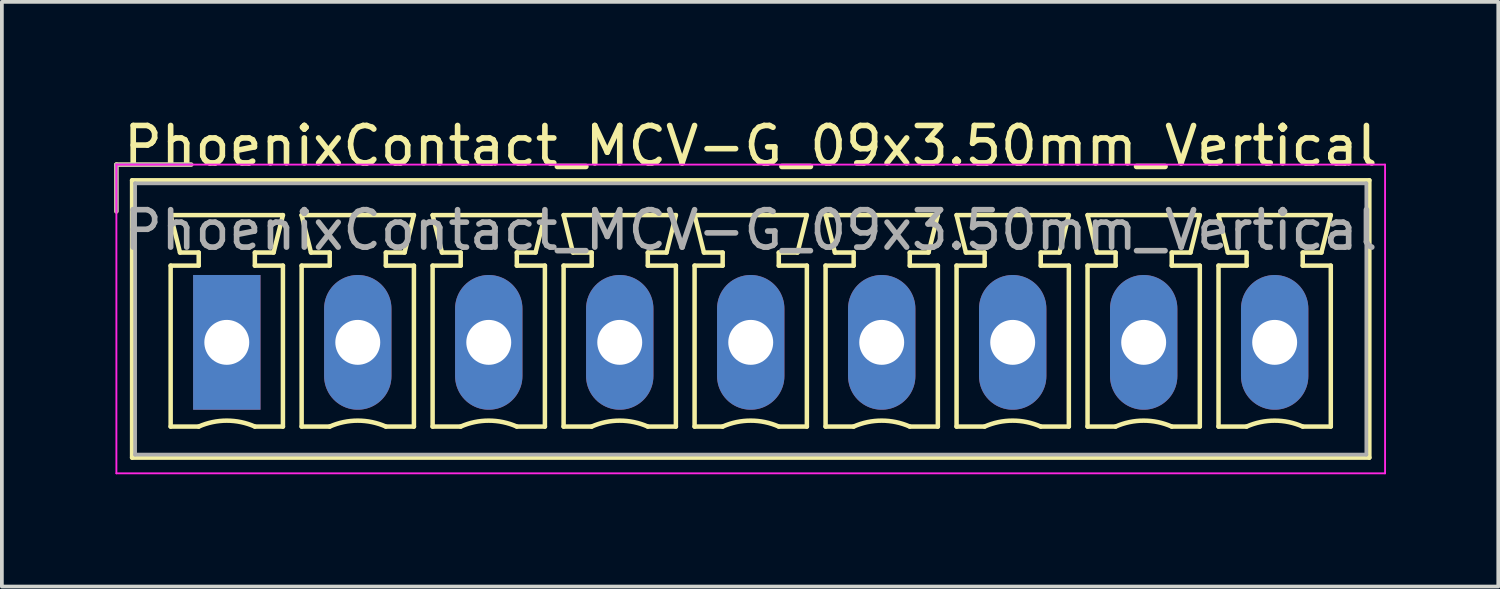
<source format=kicad_pcb>
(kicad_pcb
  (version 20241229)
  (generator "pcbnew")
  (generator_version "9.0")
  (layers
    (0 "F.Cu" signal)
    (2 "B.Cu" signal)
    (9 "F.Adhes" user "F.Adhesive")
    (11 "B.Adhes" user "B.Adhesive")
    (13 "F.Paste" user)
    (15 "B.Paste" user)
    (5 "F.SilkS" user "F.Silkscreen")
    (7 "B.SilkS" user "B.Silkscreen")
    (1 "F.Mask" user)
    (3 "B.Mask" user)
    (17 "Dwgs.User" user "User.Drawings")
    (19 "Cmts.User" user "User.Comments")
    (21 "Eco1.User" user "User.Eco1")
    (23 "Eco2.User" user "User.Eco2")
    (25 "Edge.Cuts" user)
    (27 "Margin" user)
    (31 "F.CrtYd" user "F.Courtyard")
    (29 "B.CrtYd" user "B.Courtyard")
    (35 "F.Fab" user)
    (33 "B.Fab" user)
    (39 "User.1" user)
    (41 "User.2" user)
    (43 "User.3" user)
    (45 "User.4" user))
  (footprint "PhoenixContact_MCV-G_09x3.50mm_Vertical"
    (layer "F.Cu")
    (at 3.01 6.098)
    (property "Reference" "PhoenixContact_MCV-G_09x3.50mm_Vertical" (at 14 -5.25 0) (layer "F.SilkS") (effects (font (size 1 1) (thickness 0.15))))
    (attr through_hole)
    (fp_line (start -2.95 -4.75) (end -0.95 -4.75) (stroke (width 0.12) (type solid)) (layer "F.SilkS"))
    (fp_line (start -2.95 -3.5) (end -2.95 -4.75) (stroke (width 0.12) (type solid)) (layer "F.SilkS"))
    (fp_line (start -2.53 -4.33) (end -2.53 3.08) (stroke (width 0.12) (type solid)) (layer "F.SilkS"))
    (fp_line (start -2.53 3.08) (end 30.53 3.08) (stroke (width 0.12) (type solid)) (layer "F.SilkS"))
    (fp_line (start -1.5 -3.4) (end 1.5 -3.4) (stroke (width 0.12) (type solid)) (layer "F.SilkS"))
    (fp_line (start -1.5 -2.05) (end -0.75 -2.05) (stroke (width 0.12) (type solid)) (layer "F.SilkS"))
    (fp_line (start -1.5 2.25) (end -1.5 -2.05) (stroke (width 0.12) (type solid)) (layer "F.SilkS"))
    (fp_line (start -1.25 -2.4) (end -1.5 -3.4) (stroke (width 0.12) (type solid)) (layer "F.SilkS"))
    (fp_line (start -0.75 -2.4) (end -1.25 -2.4) (stroke (width 0.12) (type solid)) (layer "F.SilkS"))
    (fp_line (start -0.75 -2.05) (end -0.75 -2.4) (stroke (width 0.12) (type solid)) (layer "F.SilkS"))
    (fp_line (start -0.75 2.25) (end -1.5 2.25) (stroke (width 0.12) (type solid)) (layer "F.SilkS"))
    (fp_line (start 0.75 -2.4) (end 0.75 -2.05) (stroke (width 0.12) (type solid)) (layer "F.SilkS"))
    (fp_line (start 0.75 -2.05) (end 1.5 -2.05) (stroke (width 0.12) (type solid)) (layer "F.SilkS"))
    (fp_line (start 1.25 -2.4) (end 0.75 -2.4) (stroke (width 0.12) (type solid)) (layer "F.SilkS"))
    (fp_line (start 1.5 -3.4) (end 1.25 -2.4) (stroke (width 0.12) (type solid)) (layer "F.SilkS"))
    (fp_line (start 1.5 -2.05) (end 1.5 2.25) (stroke (width 0.12) (type solid)) (layer "F.SilkS"))
    (fp_line (start 1.5 2.25) (end 0.75 2.25) (stroke (width 0.12) (type solid)) (layer "F.SilkS"))
    (fp_line (start 2 -3.4) (end 5 -3.4) (stroke (width 0.12) (type solid)) (layer "F.SilkS"))
    (fp_line (start 2 -2.05) (end 2.75 -2.05) (stroke (width 0.12) (type solid)) (layer "F.SilkS"))
    (fp_line (start 2 2.25) (end 2 -2.05) (stroke (width 0.12) (type solid)) (layer "F.SilkS"))
    (fp_line (start 2.25 -2.4) (end 2 -3.4) (stroke (width 0.12) (type solid)) (layer "F.SilkS"))
    (fp_line (start 2.75 -2.4) (end 2.25 -2.4) (stroke (width 0.12) (type solid)) (layer "F.SilkS"))
    (fp_line (start 2.75 -2.05) (end 2.75 -2.4) (stroke (width 0.12) (type solid)) (layer "F.SilkS"))
    (fp_line (start 2.75 2.25) (end 2 2.25) (stroke (width 0.12) (type solid)) (layer "F.SilkS"))
    (fp_line (start 4.25 -2.4) (end 4.25 -2.05) (stroke (width 0.12) (type solid)) (layer "F.SilkS"))
    (fp_line (start 4.25 -2.05) (end 5 -2.05) (stroke (width 0.12) (type solid)) (layer "F.SilkS"))
    (fp_line (start 4.75 -2.4) (end 4.25 -2.4) (stroke (width 0.12) (type solid)) (layer "F.SilkS"))
    (fp_line (start 5 -3.4) (end 4.75 -2.4) (stroke (width 0.12) (type solid)) (layer "F.SilkS"))
    (fp_line (start 5 -2.05) (end 5 2.25) (stroke (width 0.12) (type solid)) (layer "F.SilkS"))
    (fp_line (start 5 2.25) (end 4.25 2.25) (stroke (width 0.12) (type solid)) (layer "F.SilkS"))
    (fp_line (start 5.5 -3.4) (end 8.5 -3.4) (stroke (width 0.12) (type solid)) (layer "F.SilkS"))
    (fp_line (start 5.5 -2.05) (end 6.25 -2.05) (stroke (width 0.12) (type solid)) (layer "F.SilkS"))
    (fp_line (start 5.5 2.25) (end 5.5 -2.05) (stroke (width 0.12) (type solid)) (layer "F.SilkS"))
    (fp_line (start 5.75 -2.4) (end 5.5 -3.4) (stroke (width 0.12) (type solid)) (layer "F.SilkS"))
    (fp_line (start 6.25 -2.4) (end 5.75 -2.4) (stroke (width 0.12) (type solid)) (layer "F.SilkS"))
    (fp_line (start 6.25 -2.05) (end 6.25 -2.4) (stroke (width 0.12) (type solid)) (layer "F.SilkS"))
    (fp_line (start 6.25 2.25) (end 5.5 2.25) (stroke (width 0.12) (type solid)) (layer "F.SilkS"))
    (fp_line (start 7.75 -2.4) (end 7.75 -2.05) (stroke (width 0.12) (type solid)) (layer "F.SilkS"))
    (fp_line (start 7.75 -2.05) (end 8.5 -2.05) (stroke (width 0.12) (type solid)) (layer "F.SilkS"))
    (fp_line (start 8.25 -2.4) (end 7.75 -2.4) (stroke (width 0.12) (type solid)) (layer "F.SilkS"))
    (fp_line (start 8.5 -3.4) (end 8.25 -2.4) (stroke (width 0.12) (type solid)) (layer "F.SilkS"))
    (fp_line (start 8.5 -2.05) (end 8.5 2.25) (stroke (width 0.12) (type solid)) (layer "F.SilkS"))
    (fp_line (start 8.5 2.25) (end 7.75 2.25) (stroke (width 0.12) (type solid)) (layer "F.SilkS"))
    (fp_line (start 9 -3.4) (end 12 -3.4) (stroke (width 0.12) (type solid)) (layer "F.SilkS"))
    (fp_line (start 9 -2.05) (end 9.75 -2.05) (stroke (width 0.12) (type solid)) (layer "F.SilkS"))
    (fp_line (start 9 2.25) (end 9 -2.05) (stroke (width 0.12) (type solid)) (layer "F.SilkS"))
    (fp_line (start 9.25 -2.4) (end 9 -3.4) (stroke (width 0.12) (type solid)) (layer "F.SilkS"))
    (fp_line (start 9.75 -2.4) (end 9.25 -2.4) (stroke (width 0.12) (type solid)) (layer "F.SilkS"))
    (fp_line (start 9.75 -2.05) (end 9.75 -2.4) (stroke (width 0.12) (type solid)) (layer "F.SilkS"))
    (fp_line (start 9.75 2.25) (end 9 2.25) (stroke (width 0.12) (type solid)) (layer "F.SilkS"))
    (fp_line (start 11.25 -2.4) (end 11.25 -2.05) (stroke (width 0.12) (type solid)) (layer "F.SilkS"))
    (fp_line (start 11.25 -2.05) (end 12 -2.05) (stroke (width 0.12) (type solid)) (layer "F.SilkS"))
    (fp_line (start 11.75 -2.4) (end 11.25 -2.4) (stroke (width 0.12) (type solid)) (layer "F.SilkS"))
    (fp_line (start 12 -3.4) (end 11.75 -2.4) (stroke (width 0.12) (type solid)) (layer "F.SilkS"))
    (fp_line (start 12 -2.05) (end 12 2.25) (stroke (width 0.12) (type solid)) (layer "F.SilkS"))
    (fp_line (start 12 2.25) (end 11.25 2.25) (stroke (width 0.12) (type solid)) (layer "F.SilkS"))
    (fp_line (start 12.5 -3.4) (end 15.5 -3.4) (stroke (width 0.12) (type solid)) (layer "F.SilkS"))
    (fp_line (start 12.5 -2.05) (end 13.25 -2.05) (stroke (width 0.12) (type solid)) (layer "F.SilkS"))
    (fp_line (start 12.5 2.25) (end 12.5 -2.05) (stroke (width 0.12) (type solid)) (layer "F.SilkS"))
    (fp_line (start 12.75 -2.4) (end 12.5 -3.4) (stroke (width 0.12) (type solid)) (layer "F.SilkS"))
    (fp_line (start 13.25 -2.4) (end 12.75 -2.4) (stroke (width 0.12) (type solid)) (layer "F.SilkS"))
    (fp_line (start 13.25 -2.05) (end 13.25 -2.4) (stroke (width 0.12) (type solid)) (layer "F.SilkS"))
    (fp_line (start 13.25 2.25) (end 12.5 2.25) (stroke (width 0.12) (type solid)) (layer "F.SilkS"))
    (fp_line (start 14.75 -2.4) (end 14.75 -2.05) (stroke (width 0.12) (type solid)) (layer "F.SilkS"))
    (fp_line (start 14.75 -2.05) (end 15.5 -2.05) (stroke (width 0.12) (type solid)) (layer "F.SilkS"))
    (fp_line (start 15.25 -2.4) (end 14.75 -2.4) (stroke (width 0.12) (type solid)) (layer "F.SilkS"))
    (fp_line (start 15.5 -3.4) (end 15.25 -2.4) (stroke (width 0.12) (type solid)) (layer "F.SilkS"))
    (fp_line (start 15.5 -2.05) (end 15.5 2.25) (stroke (width 0.12) (type solid)) (layer "F.SilkS"))
    (fp_line (start 15.5 2.25) (end 14.75 2.25) (stroke (width 0.12) (type solid)) (layer "F.SilkS"))
    (fp_line (start 16 -3.4) (end 19 -3.4) (stroke (width 0.12) (type solid)) (layer "F.SilkS"))
    (fp_line (start 16 -2.05) (end 16.75 -2.05) (stroke (width 0.12) (type solid)) (layer "F.SilkS"))
    (fp_line (start 16 2.25) (end 16 -2.05) (stroke (width 0.12) (type solid)) (layer "F.SilkS"))
    (fp_line (start 16.25 -2.4) (end 16 -3.4) (stroke (width 0.12) (type solid)) (layer "F.SilkS"))
    (fp_line (start 16.75 -2.4) (end 16.25 -2.4) (stroke (width 0.12) (type solid)) (layer "F.SilkS"))
    (fp_line (start 16.75 -2.05) (end 16.75 -2.4) (stroke (width 0.12) (type solid)) (layer "F.SilkS"))
    (fp_line (start 16.75 2.25) (end 16 2.25) (stroke (width 0.12) (type solid)) (layer "F.SilkS"))
    (fp_line (start 18.25 -2.4) (end 18.25 -2.05) (stroke (width 0.12) (type solid)) (layer "F.SilkS"))
    (fp_line (start 18.25 -2.05) (end 19 -2.05) (stroke (width 0.12) (type solid)) (layer "F.SilkS"))
    (fp_line (start 18.75 -2.4) (end 18.25 -2.4) (stroke (width 0.12) (type solid)) (layer "F.SilkS"))
    (fp_line (start 19 -3.4) (end 18.75 -2.4) (stroke (width 0.12) (type solid)) (layer "F.SilkS"))
    (fp_line (start 19 -2.05) (end 19 2.25) (stroke (width 0.12) (type solid)) (layer "F.SilkS"))
    (fp_line (start 19 2.25) (end 18.25 2.25) (stroke (width 0.12) (type solid)) (layer "F.SilkS"))
    (fp_line (start 19.5 -3.4) (end 22.5 -3.4) (stroke (width 0.12) (type solid)) (layer "F.SilkS"))
    (fp_line (start 19.5 -2.05) (end 20.25 -2.05) (stroke (width 0.12) (type solid)) (layer "F.SilkS"))
    (fp_line (start 19.5 2.25) (end 19.5 -2.05) (stroke (width 0.12) (type solid)) (layer "F.SilkS"))
    (fp_line (start 19.75 -2.4) (end 19.5 -3.4) (stroke (width 0.12) (type solid)) (layer "F.SilkS"))
    (fp_line (start 20.25 -2.4) (end 19.75 -2.4) (stroke (width 0.12) (type solid)) (layer "F.SilkS"))
    (fp_line (start 20.25 -2.05) (end 20.25 -2.4) (stroke (width 0.12) (type solid)) (layer "F.SilkS"))
    (fp_line (start 20.25 2.25) (end 19.5 2.25) (stroke (width 0.12) (type solid)) (layer "F.SilkS"))
    (fp_line (start 21.75 -2.4) (end 21.75 -2.05) (stroke (width 0.12) (type solid)) (layer "F.SilkS"))
    (fp_line (start 21.75 -2.05) (end 22.5 -2.05) (stroke (width 0.12) (type solid)) (layer "F.SilkS"))
    (fp_line (start 22.25 -2.4) (end 21.75 -2.4) (stroke (width 0.12) (type solid)) (layer "F.SilkS"))
    (fp_line (start 22.5 -3.4) (end 22.25 -2.4) (stroke (width 0.12) (type solid)) (layer "F.SilkS"))
    (fp_line (start 22.5 -2.05) (end 22.5 2.25) (stroke (width 0.12) (type solid)) (layer "F.SilkS"))
    (fp_line (start 22.5 2.25) (end 21.75 2.25) (stroke (width 0.12) (type solid)) (layer "F.SilkS"))
    (fp_line (start 23 -3.4) (end 26 -3.4) (stroke (width 0.12) (type solid)) (layer "F.SilkS"))
    (fp_line (start 23 -2.05) (end 23.75 -2.05) (stroke (width 0.12) (type solid)) (layer "F.SilkS"))
    (fp_line (start 23 2.25) (end 23 -2.05) (stroke (width 0.12) (type solid)) (layer "F.SilkS"))
    (fp_line (start 23.25 -2.4) (end 23 -3.4) (stroke (width 0.12) (type solid)) (layer "F.SilkS"))
    (fp_line (start 23.75 -2.4) (end 23.25 -2.4) (stroke (width 0.12) (type solid)) (layer "F.SilkS"))
    (fp_line (start 23.75 -2.05) (end 23.75 -2.4) (stroke (width 0.12) (type solid)) (layer "F.SilkS"))
    (fp_line (start 23.75 2.25) (end 23 2.25) (stroke (width 0.12) (type solid)) (layer "F.SilkS"))
    (fp_line (start 25.25 -2.4) (end 25.25 -2.05) (stroke (width 0.12) (type solid)) (layer "F.SilkS"))
    (fp_line (start 25.25 -2.05) (end 26 -2.05) (stroke (width 0.12) (type solid)) (layer "F.SilkS"))
    (fp_line (start 25.75 -2.4) (end 25.25 -2.4) (stroke (width 0.12) (type solid)) (layer "F.SilkS"))
    (fp_line (start 26 -3.4) (end 25.75 -2.4) (stroke (width 0.12) (type solid)) (layer "F.SilkS"))
    (fp_line (start 26 -2.05) (end 26 2.25) (stroke (width 0.12) (type solid)) (layer "F.SilkS"))
    (fp_line (start 26 2.25) (end 25.25 2.25) (stroke (width 0.12) (type solid)) (layer "F.SilkS"))
    (fp_line (start 26.5 -3.4) (end 29.5 -3.4) (stroke (width 0.12) (type solid)) (layer "F.SilkS"))
    (fp_line (start 26.5 -2.05) (end 27.25 -2.05) (stroke (width 0.12) (type solid)) (layer "F.SilkS"))
    (fp_line (start 26.5 2.25) (end 26.5 -2.05) (stroke (width 0.12) (type solid)) (layer "F.SilkS"))
    (fp_line (start 26.75 -2.4) (end 26.5 -3.4) (stroke (width 0.12) (type solid)) (layer "F.SilkS"))
    (fp_line (start 27.25 -2.4) (end 26.75 -2.4) (stroke (width 0.12) (type solid)) (layer "F.SilkS"))
    (fp_line (start 27.25 -2.05) (end 27.25 -2.4) (stroke (width 0.12) (type solid)) (layer "F.SilkS"))
    (fp_line (start 27.25 2.25) (end 26.5 2.25) (stroke (width 0.12) (type solid)) (layer "F.SilkS"))
    (fp_line (start 28.75 -2.4) (end 28.75 -2.05) (stroke (width 0.12) (type solid)) (layer "F.SilkS"))
    (fp_line (start 28.75 -2.05) (end 29.5 -2.05) (stroke (width 0.12) (type solid)) (layer "F.SilkS"))
    (fp_line (start 29.25 -2.4) (end 28.75 -2.4) (stroke (width 0.12) (type solid)) (layer "F.SilkS"))
    (fp_line (start 29.5 -3.4) (end 29.25 -2.4) (stroke (width 0.12) (type solid)) (layer "F.SilkS"))
    (fp_line (start 29.5 -2.05) (end 29.5 2.25) (stroke (width 0.12) (type solid)) (layer "F.SilkS"))
    (fp_line (start 29.5 2.25) (end 28.75 2.25) (stroke (width 0.12) (type solid)) (layer "F.SilkS"))
    (fp_line (start 30.53 -4.33) (end -2.53 -4.33) (stroke (width 0.12) (type solid)) (layer "F.SilkS"))
    (fp_line (start 30.53 3.08) (end 30.53 -4.33) (stroke (width 0.12) (type solid)) (layer "F.SilkS"))
    (fp_arc (start -0.75 2.25) (mid -0.000193 2.09191) (end 0.749647 2.249844) (stroke (width 0.12) (type solid)) (layer "F.SilkS"))
    (fp_arc (start 2.75 2.25) (mid 3.499807 2.09191) (end 4.249647 2.249844) (stroke (width 0.12) (type solid)) (layer "F.SilkS"))
    (fp_arc (start 6.25 2.25) (mid 6.999807 2.09191) (end 7.749647 2.249844) (stroke (width 0.12) (type solid)) (layer "F.SilkS"))
    (fp_arc (start 9.75 2.25) (mid 10.499807 2.09191) (end 11.249647 2.249844) (stroke (width 0.12) (type solid)) (layer "F.SilkS"))
    (fp_arc (start 13.25 2.25) (mid 13.999807 2.09191) (end 14.749647 2.249844) (stroke (width 0.12) (type solid)) (layer "F.SilkS"))
    (fp_arc (start 16.75 2.25) (mid 17.499807 2.09191) (end 18.249647 2.249844) (stroke (width 0.12) (type solid)) (layer "F.SilkS"))
    (fp_arc (start 20.25 2.25) (mid 20.999807 2.09191) (end 21.749647 2.249844) (stroke (width 0.12) (type solid)) (layer "F.SilkS"))
    (fp_arc (start 23.75 2.25) (mid 24.499807 2.09191) (end 25.249647 2.249844) (stroke (width 0.12) (type solid)) (layer "F.SilkS"))
    (fp_arc (start 27.25 2.25) (mid 27.999807 2.09191) (end 28.749647 2.249844) (stroke (width 0.12) (type solid)) (layer "F.SilkS"))
    (fp_line (start -2.95 -4.75) (end -2.95 3.5) (stroke (width 0.05) (type solid)) (layer "F.CrtYd"))
    (fp_line (start -2.95 3.5) (end 30.95 3.5) (stroke (width 0.05) (type solid)) (layer "F.CrtYd"))
    (fp_line (start 30.95 -4.75) (end -2.95 -4.75) (stroke (width 0.05) (type solid)) (layer "F.CrtYd"))
    (fp_line (start 30.95 3.5) (end 30.95 -4.75) (stroke (width 0.05) (type solid)) (layer "F.CrtYd"))
    (fp_line (start -2.95 -4.75) (end -0.95 -4.75) (stroke (width 0.1) (type solid)) (layer "F.Fab"))
    (fp_line (start -2.95 -3.5) (end -2.95 -4.75) (stroke (width 0.1) (type solid)) (layer "F.Fab"))
    (fp_line (start -2.45 -4.25) (end -2.45 3) (stroke (width 0.1) (type solid)) (layer "F.Fab"))
    (fp_line (start -2.45 3) (end 30.45 3) (stroke (width 0.1) (type solid)) (layer "F.Fab"))
    (fp_line (start 30.45 -4.25) (end -2.45 -4.25) (stroke (width 0.1) (type solid)) (layer "F.Fab"))
    (fp_line (start 30.45 3) (end 30.45 -4.25) (stroke (width 0.1) (type solid)) (layer "F.Fab"))
    (fp_text user "${REFERENCE}" (at 14 -3 0) (layer "F.Fab") (effects (font (size 1 1) (thickness 0.15))))
    (pad "1" thru_hole rect (at 0 0) (size 1.8 3.6) (drill 1.2) (layers "*.Cu" "*.Mask"))
    (pad "2" thru_hole oval (at 3.5 0) (size 1.8 3.6) (drill 1.2) (layers "*.Cu" "*.Mask"))
    (pad "3" thru_hole oval (at 7 0) (size 1.8 3.6) (drill 1.2) (layers "*.Cu" "*.Mask"))
    (pad "4" thru_hole oval (at 10.5 0) (size 1.8 3.6) (drill 1.2) (layers "*.Cu" "*.Mask"))
    (pad "5" thru_hole oval (at 14 0) (size 1.8 3.6) (drill 1.2) (layers "*.Cu" "*.Mask"))
    (pad "6" thru_hole oval (at 17.5 0) (size 1.8 3.6) (drill 1.2) (layers "*.Cu" "*.Mask"))
    (pad "7" thru_hole oval (at 21 0) (size 1.8 3.6) (drill 1.2) (layers "*.Cu" "*.Mask"))
    (pad "8" thru_hole oval (at 24.5 0) (size 1.8 3.6) (drill 1.2) (layers "*.Cu" "*.Mask"))
    (pad "9" thru_hole oval (at 28 0) (size 1.8 3.6) (drill 1.2) (layers "*.Cu" "*.Mask")))
  (gr_rect
    (start -3 -3)
    (end 36.985 12.623)
    (stroke (width 0.1) (type default))
    (fill no)
    (layer "Edge.Cuts")))
</source>
